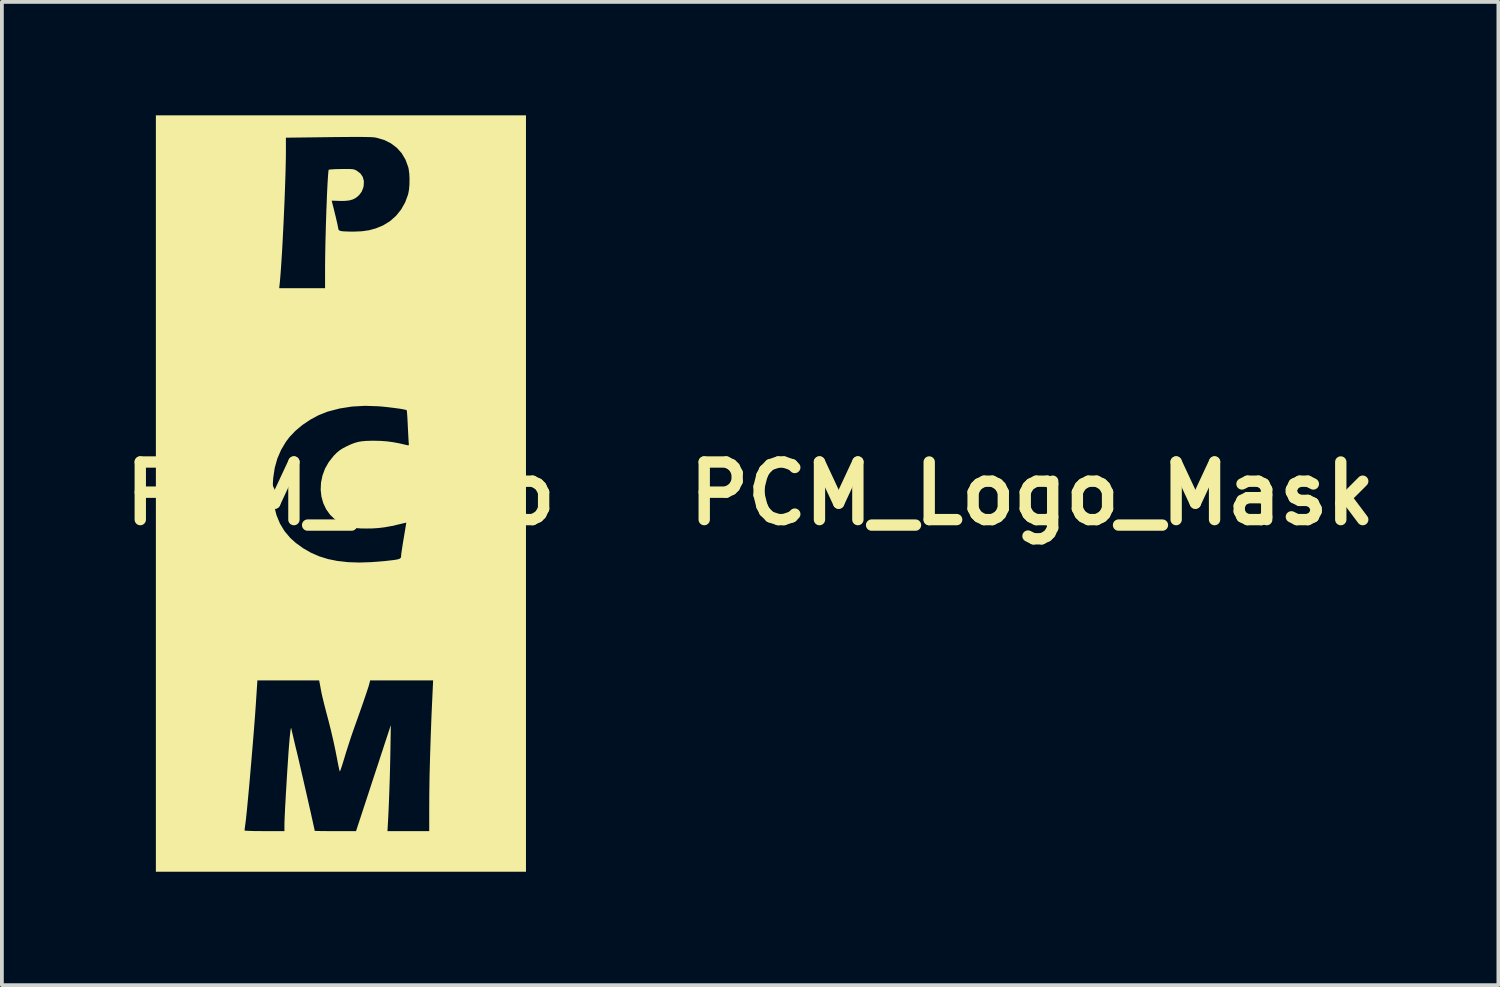
<source format=kicad_pcb>
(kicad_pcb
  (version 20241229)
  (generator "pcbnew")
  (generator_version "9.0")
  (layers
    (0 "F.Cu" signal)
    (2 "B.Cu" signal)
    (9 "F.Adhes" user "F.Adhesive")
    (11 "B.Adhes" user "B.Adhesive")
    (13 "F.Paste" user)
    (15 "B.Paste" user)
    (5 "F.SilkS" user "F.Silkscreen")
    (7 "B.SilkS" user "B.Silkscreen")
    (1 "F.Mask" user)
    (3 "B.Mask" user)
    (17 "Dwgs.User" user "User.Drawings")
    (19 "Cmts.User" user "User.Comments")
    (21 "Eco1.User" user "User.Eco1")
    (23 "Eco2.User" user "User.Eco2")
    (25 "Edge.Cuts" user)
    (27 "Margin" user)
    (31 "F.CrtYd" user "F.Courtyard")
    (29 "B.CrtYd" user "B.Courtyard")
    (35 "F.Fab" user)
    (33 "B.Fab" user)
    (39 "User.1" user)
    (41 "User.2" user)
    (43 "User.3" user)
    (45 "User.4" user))
  (footprint "PCM_Logo_Mask"
    (layer "F.Cu")
    (at 24.249 10.004)
    (property "Reference" "PCM_Logo_Mask" (at 0 0 0) (layer "F.SilkS") (effects (font (size 1.524 1.524) (thickness 0.3))))
    (attr board_only exclude_from_pos_files exclude_from_bom)
    (fp_poly (pts (xy 4.904 10.004) (xy -4.885 10.004) (xy -4.885 8.913) (xy -2.54 8.913) (xy -2.521 8.917) (xy -2.469 8.921) (xy -2.387 8.924) (xy -2.281 8.927) (xy -2.156 8.928) (xy -2.018 8.929) (xy -2.012 8.929) (xy -1.485 8.929) (xy -1.485 8.768) (xy -1.484 8.7) (xy -1.48 8.599) (xy -1.474 8.468) (xy -1.467 8.314) (xy -1.457 8.14) (xy -1.447 7.953) (xy -1.435 7.757) (xy -1.423 7.557) (xy -1.411 7.358) (xy -1.398 7.165) (xy -1.386 6.983) (xy -1.375 6.818) (xy -1.364 6.673) (xy -1.354 6.555) (xy -1.35 6.506) (xy -1.337 6.38) (xy -1.327 6.29) (xy -1.319 6.232) (xy -1.312 6.205) (xy -1.306 6.203) (xy -1.301 6.223) (xy -1.293 6.262) (xy -1.277 6.333) (xy -1.254 6.431) (xy -1.226 6.55) (xy -1.194 6.685) (xy -1.159 6.829) (xy -1.152 6.858) (xy -1.128 6.958) (xy -1.099 7.082) (xy -1.066 7.225) (xy -1.03 7.383) (xy -0.991 7.551) (xy -0.951 7.727) (xy -0.91 7.905) (xy -0.87 8.081) (xy -0.832 8.251) (xy -0.795 8.41) (xy -0.763 8.556) (xy -0.735 8.683) (xy -0.712 8.787) (xy -0.695 8.864) (xy -0.686 8.91) (xy -0.684 8.922) (xy -0.665 8.923) (xy -0.612 8.925) (xy -0.53 8.927) (xy -0.424 8.928) (xy -0.298 8.929) (xy -0.159 8.929) (xy -0.137 8.929) (xy 0.409 8.929) (xy 0.741 7.918) (xy 0.808 7.712) (xy 0.876 7.505) (xy 0.943 7.301) (xy 1.007 7.108) (xy 1.065 6.928) (xy 1.118 6.769) (xy 1.161 6.635) (xy 1.195 6.532) (xy 1.201 6.516) (xy 1.329 6.125) (xy 1.319 6.753) (xy 1.314 7.013) (xy 1.308 7.29) (xy 1.3 7.575) (xy 1.29 7.859) (xy 1.28 8.133) (xy 1.269 8.389) (xy 1.258 8.618) (xy 1.254 8.69) (xy 1.24 8.929) (xy 2.345 8.929) (xy 2.345 8.348) (xy 2.347 7.923) (xy 2.354 7.462) (xy 2.367 6.966) (xy 2.384 6.437) (xy 2.405 5.877) (xy 2.432 5.288) (xy 2.436 5.202) (xy 2.448 4.943) (xy 0.782 4.943) (xy 0.759 5.036) (xy 0.742 5.097) (xy 0.711 5.192) (xy 0.668 5.321) (xy 0.614 5.48) (xy 0.548 5.669) (xy 0.472 5.885) (xy 0.386 6.127) (xy 0.365 6.184) (xy 0.312 6.336) (xy 0.254 6.508) (xy 0.197 6.684) (xy 0.144 6.85) (xy 0.105 6.98) (xy 0.07 7.094) (xy 0.039 7.194) (xy 0.012 7.273) (xy -0.007 7.327) (xy -0.019 7.351) (xy -0.02 7.351) (xy -0.028 7.328) (xy -0.041 7.273) (xy -0.058 7.194) (xy -0.077 7.099) (xy -0.085 7.053) (xy -0.138 6.785) (xy -0.193 6.53) (xy -0.252 6.276) (xy -0.319 6.009) (xy -0.371 5.813) (xy -0.407 5.676) (xy -0.441 5.541) (xy -0.472 5.415) (xy -0.497 5.306) (xy -0.514 5.225) (xy -0.517 5.207) (xy -0.532 5.123) (xy -0.546 5.05) (xy -0.555 4.999) (xy -0.558 4.987) (xy -0.567 4.943) (xy -2.2 4.943) (xy -2.244 5.612) (xy -2.255 5.769) (xy -2.268 5.951) (xy -2.284 6.153) (xy -2.301 6.371) (xy -2.32 6.601) (xy -2.34 6.838) (xy -2.36 7.079) (xy -2.381 7.319) (xy -2.401 7.554) (xy -2.421 7.778) (xy -2.441 7.989) (xy -2.459 8.182) (xy -2.475 8.352) (xy -2.49 8.495) (xy -2.502 8.608) (xy -2.51 8.674) (xy -2.522 8.764) (xy -2.532 8.839) (xy -2.538 8.892) (xy -2.54 8.913) (xy -4.885 8.913) (xy -4.885 -0.243) (xy -1.792 -0.243) (xy -1.789 0.054) (xy -1.757 0.325) (xy -1.695 0.572) (xy -1.603 0.795) (xy -1.481 0.996) (xy -1.328 1.177) (xy -1.181 1.309) (xy -0.985 1.45) (xy -0.78 1.567) (xy -0.562 1.662) (xy -0.329 1.734) (xy -0.077 1.785) (xy 0.197 1.815) (xy 0.495 1.825) (xy 0.821 1.814) (xy 1.178 1.785) (xy 1.248 1.777) (xy 1.374 1.763) (xy 1.465 1.75) (xy 1.528 1.737) (xy 1.568 1.721) (xy 1.59 1.701) (xy 1.6 1.674) (xy 1.602 1.639) (xy 1.602 1.637) (xy 1.605 1.603) (xy 1.614 1.536) (xy 1.628 1.444) (xy 1.645 1.334) (xy 1.665 1.212) (xy 1.671 1.178) (xy 1.691 1.058) (xy 1.709 0.951) (xy 1.723 0.864) (xy 1.733 0.803) (xy 1.739 0.772) (xy 1.739 0.77) (xy 1.721 0.773) (xy 1.674 0.784) (xy 1.604 0.8) (xy 1.548 0.814) (xy 1.35 0.859) (xy 1.175 0.891) (xy 1.01 0.912) (xy 0.842 0.923) (xy 0.694 0.925) (xy 0.536 0.923) (xy 0.408 0.914) (xy 0.298 0.896) (xy 0.196 0.868) (xy 0.093 0.827) (xy 0.016 0.789) (xy -0.143 0.689) (xy -0.275 0.564) (xy -0.38 0.418) (xy -0.457 0.256) (xy -0.506 0.082) (xy -0.526 -0.101) (xy -0.517 -0.288) (xy -0.479 -0.475) (xy -0.411 -0.659) (xy -0.312 -0.833) (xy -0.183 -0.996) (xy -0.175 -1.005) (xy -0.095 -1.085) (xy -0.023 -1.144) (xy 0.055 -1.194) (xy 0.145 -1.241) (xy 0.261 -1.296) (xy 0.363 -1.336) (xy 0.459 -1.364) (xy 0.561 -1.382) (xy 0.677 -1.392) (xy 0.818 -1.396) (xy 0.899 -1.396) (xy 1.069 -1.392) (xy 1.226 -1.38) (xy 1.384 -1.359) (xy 1.552 -1.328) (xy 1.743 -1.284) (xy 1.771 -1.277) (xy 1.801 -1.276) (xy 1.807 -1.3) (xy 1.805 -1.312) (xy 1.802 -1.345) (xy 1.798 -1.41) (xy 1.793 -1.501) (xy 1.787 -1.612) (xy 1.781 -1.736) (xy 1.779 -1.776) (xy 1.773 -1.899) (xy 1.767 -2.01) (xy 1.761 -2.1) (xy 1.755 -2.166) (xy 1.75 -2.2) (xy 1.749 -2.204) (xy 1.722 -2.214) (xy 1.663 -2.227) (xy 1.577 -2.242) (xy 1.472 -2.257) (xy 1.353 -2.272) (xy 1.227 -2.287) (xy 1.1 -2.3) (xy 1.001 -2.308) (xy 0.648 -2.32) (xy 0.305 -2.301) (xy -0.022 -2.25) (xy -0.33 -2.17) (xy -0.361 -2.16) (xy -0.585 -2.07) (xy -0.802 -1.953) (xy -1.007 -1.815) (xy -1.193 -1.66) (xy -1.351 -1.494) (xy -1.445 -1.37) (xy -1.575 -1.151) (xy -1.673 -0.923) (xy -1.741 -0.68) (xy -1.781 -0.418) (xy -1.792 -0.243) (xy -4.885 -0.243) (xy -4.885 -5.432) (xy -1.623 -5.432) (xy -0.41 -5.432) (xy -0.41 -5.935) (xy -0.409 -6.093) (xy -0.407 -6.269) (xy -0.404 -6.459) (xy -0.4 -6.66) (xy -0.394 -6.868) (xy -0.389 -7.079) (xy -0.382 -7.29) (xy -0.375 -7.497) (xy -0.367 -7.696) (xy -0.36 -7.883) (xy -0.352 -8.056) (xy -0.344 -8.209) (xy -0.336 -8.339) (xy -0.329 -8.443) (xy -0.322 -8.517) (xy -0.316 -8.558) (xy -0.314 -8.564) (xy -0.29 -8.569) (xy -0.234 -8.574) (xy -0.153 -8.579) (xy -0.053 -8.582) (xy 0.022 -8.583) (xy 0.141 -8.584) (xy 0.229 -8.584) (xy 0.292 -8.581) (xy 0.337 -8.576) (xy 0.372 -8.566) (xy 0.404 -8.552) (xy 0.429 -8.538) (xy 0.526 -8.465) (xy 0.588 -8.372) (xy 0.617 -8.262) (xy 0.611 -8.137) (xy 0.597 -8.08) (xy 0.557 -7.982) (xy 0.493 -7.897) (xy 0.479 -7.883) (xy 0.405 -7.821) (xy 0.322 -7.778) (xy 0.223 -7.751) (xy 0.1 -7.74) (xy -0.031 -7.74) (xy -0.114 -7.743) (xy -0.182 -7.745) (xy -0.224 -7.746) (xy -0.234 -7.746) (xy -0.23 -7.728) (xy -0.218 -7.678) (xy -0.199 -7.603) (xy -0.175 -7.509) (xy -0.157 -7.434) (xy -0.129 -7.322) (xy -0.105 -7.217) (xy -0.084 -7.128) (xy -0.071 -7.063) (xy -0.067 -7.04) (xy -0.056 -6.986) (xy -0.036 -6.959) (xy 0.003 -6.945) (xy 0.017 -6.942) (xy 0.063 -6.936) (xy 0.138 -6.932) (xy 0.233 -6.929) (xy 0.337 -6.928) (xy 0.352 -6.928) (xy 0.565 -6.937) (xy 0.753 -6.964) (xy 0.927 -7.011) (xy 1.098 -7.08) (xy 1.133 -7.097) (xy 1.31 -7.206) (xy 1.467 -7.345) (xy 1.601 -7.511) (xy 1.708 -7.7) (xy 1.784 -7.906) (xy 1.791 -7.933) (xy 1.811 -8.044) (xy 1.822 -8.18) (xy 1.824 -8.325) (xy 1.817 -8.466) (xy 1.8 -8.589) (xy 1.789 -8.636) (xy 1.718 -8.83) (xy 1.617 -9.001) (xy 1.487 -9.146) (xy 1.33 -9.264) (xy 1.15 -9.353) (xy 0.947 -9.411) (xy 0.904 -9.419) (xy 0.856 -9.424) (xy 0.779 -9.428) (xy 0.673 -9.43) (xy 0.536 -9.432) (xy 0.366 -9.432) (xy 0.162 -9.431) (xy -0.078 -9.429) (xy -0.337 -9.426) (xy -1.446 -9.412) (xy -1.446 -9.068) (xy -1.447 -8.902) (xy -1.451 -8.706) (xy -1.456 -8.486) (xy -1.464 -8.246) (xy -1.473 -7.991) (xy -1.483 -7.725) (xy -1.495 -7.452) (xy -1.507 -7.179) (xy -1.521 -6.908) (xy -1.534 -6.646) (xy -1.548 -6.396) (xy -1.563 -6.163) (xy -1.577 -5.952) (xy -1.591 -5.767) (xy -1.604 -5.613) (xy -1.613 -5.524) (xy -1.623 -5.432) (xy -4.885 -5.432) (xy -4.885 -10.004) (xy 4.904 -10.004)) (stroke (width 0) (type solid)) (fill yes) (layer "F.Mask")))
  (footprint "PCM_Logo"
    (layer "F.Cu")
    (at 5.958 10.004)
    (property "Reference" "PCM_Logo" (at 0 0 0) (layer "F.SilkS") (effects (font (size 1.524 1.524) (thickness 0.3))))
    (attr board_only exclude_from_pos_files exclude_from_bom)
    (fp_poly (pts (xy 4.904 10.004) (xy -4.885 10.004) (xy -4.885 8.913) (xy -2.54 8.913) (xy -2.521 8.917) (xy -2.469 8.921) (xy -2.387 8.924) (xy -2.281 8.927) (xy -2.156 8.928) (xy -2.018 8.929) (xy -2.012 8.929) (xy -1.485 8.929) (xy -1.485 8.768) (xy -1.484 8.7) (xy -1.48 8.599) (xy -1.474 8.468) (xy -1.467 8.314) (xy -1.457 8.14) (xy -1.447 7.953) (xy -1.435 7.757) (xy -1.423 7.557) (xy -1.411 7.358) (xy -1.398 7.165) (xy -1.386 6.983) (xy -1.375 6.818) (xy -1.364 6.673) (xy -1.354 6.555) (xy -1.35 6.506) (xy -1.337 6.38) (xy -1.327 6.29) (xy -1.319 6.232) (xy -1.312 6.205) (xy -1.306 6.203) (xy -1.301 6.223) (xy -1.293 6.262) (xy -1.277 6.333) (xy -1.254 6.431) (xy -1.226 6.55) (xy -1.194 6.685) (xy -1.159 6.829) (xy -1.152 6.858) (xy -1.128 6.958) (xy -1.099 7.082) (xy -1.066 7.225) (xy -1.03 7.383) (xy -0.991 7.551) (xy -0.951 7.727) (xy -0.91 7.905) (xy -0.87 8.081) (xy -0.832 8.251) (xy -0.795 8.41) (xy -0.763 8.556) (xy -0.735 8.683) (xy -0.712 8.787) (xy -0.695 8.864) (xy -0.686 8.91) (xy -0.684 8.922) (xy -0.665 8.923) (xy -0.612 8.925) (xy -0.53 8.927) (xy -0.424 8.928) (xy -0.298 8.929) (xy -0.159 8.929) (xy -0.137 8.929) (xy 0.409 8.929) (xy 0.741 7.918) (xy 0.808 7.712) (xy 0.876 7.505) (xy 0.943 7.301) (xy 1.007 7.108) (xy 1.065 6.928) (xy 1.118 6.769) (xy 1.161 6.635) (xy 1.195 6.532) (xy 1.201 6.516) (xy 1.329 6.125) (xy 1.319 6.753) (xy 1.314 7.013) (xy 1.308 7.29) (xy 1.3 7.575) (xy 1.29 7.859) (xy 1.28 8.133) (xy 1.269 8.389) (xy 1.258 8.618) (xy 1.254 8.69) (xy 1.24 8.929) (xy 2.345 8.929) (xy 2.345 8.348) (xy 2.347 7.923) (xy 2.354 7.462) (xy 2.367 6.966) (xy 2.384 6.437) (xy 2.405 5.877) (xy 2.432 5.288) (xy 2.436 5.202) (xy 2.448 4.943) (xy 0.782 4.943) (xy 0.759 5.036) (xy 0.742 5.097) (xy 0.711 5.192) (xy 0.668 5.321) (xy 0.614 5.48) (xy 0.548 5.669) (xy 0.472 5.885) (xy 0.386 6.127) (xy 0.365 6.184) (xy 0.312 6.336) (xy 0.254 6.508) (xy 0.197 6.684) (xy 0.144 6.85) (xy 0.105 6.98) (xy 0.07 7.094) (xy 0.039 7.194) (xy 0.012 7.273) (xy -0.007 7.327) (xy -0.019 7.351) (xy -0.02 7.351) (xy -0.028 7.328) (xy -0.041 7.273) (xy -0.058 7.194) (xy -0.077 7.099) (xy -0.085 7.053) (xy -0.138 6.785) (xy -0.193 6.53) (xy -0.252 6.276) (xy -0.319 6.009) (xy -0.371 5.813) (xy -0.407 5.676) (xy -0.441 5.541) (xy -0.472 5.415) (xy -0.497 5.306) (xy -0.514 5.225) (xy -0.517 5.207) (xy -0.532 5.123) (xy -0.546 5.05) (xy -0.555 4.999) (xy -0.558 4.987) (xy -0.567 4.943) (xy -2.2 4.943) (xy -2.244 5.612) (xy -2.255 5.769) (xy -2.268 5.951) (xy -2.284 6.153) (xy -2.301 6.371) (xy -2.32 6.601) (xy -2.34 6.838) (xy -2.36 7.079) (xy -2.381 7.319) (xy -2.401 7.554) (xy -2.421 7.778) (xy -2.441 7.989) (xy -2.459 8.182) (xy -2.475 8.352) (xy -2.49 8.495) (xy -2.502 8.608) (xy -2.51 8.674) (xy -2.522 8.764) (xy -2.532 8.839) (xy -2.538 8.892) (xy -2.54 8.913) (xy -4.885 8.913) (xy -4.885 -0.243) (xy -1.792 -0.243) (xy -1.789 0.054) (xy -1.757 0.325) (xy -1.695 0.572) (xy -1.603 0.795) (xy -1.481 0.996) (xy -1.328 1.177) (xy -1.181 1.309) (xy -0.985 1.45) (xy -0.78 1.567) (xy -0.562 1.662) (xy -0.329 1.734) (xy -0.077 1.785) (xy 0.197 1.815) (xy 0.495 1.825) (xy 0.821 1.814) (xy 1.178 1.785) (xy 1.248 1.777) (xy 1.374 1.763) (xy 1.465 1.75) (xy 1.528 1.737) (xy 1.568 1.721) (xy 1.59 1.701) (xy 1.6 1.674) (xy 1.602 1.639) (xy 1.602 1.637) (xy 1.605 1.603) (xy 1.614 1.536) (xy 1.628 1.444) (xy 1.645 1.334) (xy 1.665 1.212) (xy 1.671 1.178) (xy 1.691 1.058) (xy 1.709 0.951) (xy 1.723 0.864) (xy 1.733 0.803) (xy 1.739 0.772) (xy 1.739 0.77) (xy 1.721 0.773) (xy 1.674 0.784) (xy 1.604 0.8) (xy 1.548 0.814) (xy 1.35 0.859) (xy 1.175 0.891) (xy 1.01 0.912) (xy 0.842 0.923) (xy 0.694 0.925) (xy 0.536 0.923) (xy 0.408 0.914) (xy 0.298 0.896) (xy 0.196 0.868) (xy 0.093 0.827) (xy 0.016 0.789) (xy -0.143 0.689) (xy -0.275 0.564) (xy -0.38 0.418) (xy -0.457 0.256) (xy -0.506 0.082) (xy -0.526 -0.101) (xy -0.517 -0.288) (xy -0.479 -0.475) (xy -0.411 -0.659) (xy -0.312 -0.833) (xy -0.183 -0.996) (xy -0.175 -1.005) (xy -0.095 -1.085) (xy -0.023 -1.144) (xy 0.055 -1.194) (xy 0.145 -1.241) (xy 0.261 -1.296) (xy 0.363 -1.336) (xy 0.459 -1.364) (xy 0.561 -1.382) (xy 0.677 -1.392) (xy 0.818 -1.396) (xy 0.899 -1.396) (xy 1.069 -1.392) (xy 1.226 -1.38) (xy 1.384 -1.359) (xy 1.552 -1.328) (xy 1.743 -1.284) (xy 1.771 -1.277) (xy 1.801 -1.276) (xy 1.807 -1.3) (xy 1.805 -1.312) (xy 1.802 -1.345) (xy 1.798 -1.41) (xy 1.793 -1.501) (xy 1.787 -1.612) (xy 1.781 -1.736) (xy 1.779 -1.776) (xy 1.773 -1.899) (xy 1.767 -2.01) (xy 1.761 -2.1) (xy 1.755 -2.166) (xy 1.75 -2.2) (xy 1.749 -2.204) (xy 1.722 -2.214) (xy 1.663 -2.227) (xy 1.577 -2.242) (xy 1.472 -2.257) (xy 1.353 -2.272) (xy 1.227 -2.287) (xy 1.1 -2.3) (xy 1.001 -2.308) (xy 0.648 -2.32) (xy 0.305 -2.301) (xy -0.022 -2.25) (xy -0.33 -2.17) (xy -0.361 -2.16) (xy -0.585 -2.07) (xy -0.802 -1.953) (xy -1.007 -1.815) (xy -1.193 -1.66) (xy -1.351 -1.494) (xy -1.445 -1.37) (xy -1.575 -1.151) (xy -1.673 -0.923) (xy -1.741 -0.68) (xy -1.781 -0.418) (xy -1.792 -0.243) (xy -4.885 -0.243) (xy -4.885 -5.432) (xy -1.623 -5.432) (xy -0.41 -5.432) (xy -0.41 -5.935) (xy -0.409 -6.093) (xy -0.407 -6.269) (xy -0.404 -6.459) (xy -0.4 -6.66) (xy -0.394 -6.868) (xy -0.389 -7.079) (xy -0.382 -7.29) (xy -0.375 -7.497) (xy -0.367 -7.696) (xy -0.36 -7.883) (xy -0.352 -8.056) (xy -0.344 -8.209) (xy -0.336 -8.339) (xy -0.329 -8.443) (xy -0.322 -8.517) (xy -0.316 -8.558) (xy -0.314 -8.564) (xy -0.29 -8.569) (xy -0.234 -8.574) (xy -0.153 -8.579) (xy -0.053 -8.582) (xy 0.022 -8.583) (xy 0.141 -8.584) (xy 0.229 -8.584) (xy 0.292 -8.581) (xy 0.337 -8.576) (xy 0.372 -8.566) (xy 0.404 -8.552) (xy 0.429 -8.538) (xy 0.526 -8.465) (xy 0.588 -8.372) (xy 0.617 -8.262) (xy 0.611 -8.137) (xy 0.597 -8.08) (xy 0.557 -7.982) (xy 0.493 -7.897) (xy 0.479 -7.883) (xy 0.405 -7.821) (xy 0.322 -7.778) (xy 0.223 -7.751) (xy 0.1 -7.74) (xy -0.031 -7.74) (xy -0.114 -7.743) (xy -0.182 -7.745) (xy -0.224 -7.746) (xy -0.234 -7.746) (xy -0.23 -7.728) (xy -0.218 -7.678) (xy -0.199 -7.603) (xy -0.175 -7.509) (xy -0.157 -7.434) (xy -0.129 -7.322) (xy -0.105 -7.217) (xy -0.084 -7.128) (xy -0.071 -7.063) (xy -0.067 -7.04) (xy -0.056 -6.986) (xy -0.036 -6.959) (xy 0.003 -6.945) (xy 0.017 -6.942) (xy 0.063 -6.936) (xy 0.138 -6.932) (xy 0.233 -6.929) (xy 0.337 -6.928) (xy 0.352 -6.928) (xy 0.565 -6.937) (xy 0.753 -6.964) (xy 0.927 -7.011) (xy 1.098 -7.08) (xy 1.133 -7.097) (xy 1.31 -7.206) (xy 1.467 -7.345) (xy 1.601 -7.511) (xy 1.708 -7.7) (xy 1.784 -7.906) (xy 1.791 -7.933) (xy 1.811 -8.044) (xy 1.822 -8.18) (xy 1.824 -8.325) (xy 1.817 -8.466) (xy 1.8 -8.589) (xy 1.789 -8.636) (xy 1.718 -8.83) (xy 1.617 -9.001) (xy 1.487 -9.146) (xy 1.33 -9.264) (xy 1.15 -9.353) (xy 0.947 -9.411) (xy 0.904 -9.419) (xy 0.856 -9.424) (xy 0.779 -9.428) (xy 0.673 -9.43) (xy 0.536 -9.432) (xy 0.366 -9.432) (xy 0.162 -9.431) (xy -0.078 -9.429) (xy -0.337 -9.426) (xy -1.446 -9.412) (xy -1.446 -9.068) (xy -1.447 -8.902) (xy -1.451 -8.706) (xy -1.456 -8.486) (xy -1.464 -8.246) (xy -1.473 -7.991) (xy -1.483 -7.725) (xy -1.495 -7.452) (xy -1.507 -7.179) (xy -1.521 -6.908) (xy -1.534 -6.646) (xy -1.548 -6.396) (xy -1.563 -6.163) (xy -1.577 -5.952) (xy -1.591 -5.767) (xy -1.604 -5.613) (xy -1.613 -5.524) (xy -1.623 -5.432) (xy -4.885 -5.432) (xy -4.885 -10.004) (xy 4.904 -10.004)) (stroke (width 0) (type solid)) (fill yes) (layer "F.SilkS")))
  (gr_rect
    (start -3 -3)
    (end 36.582 23.007)
    (stroke (width 0.1) (type default))
    (fill no)
    (layer "Edge.Cuts")))
</source>
